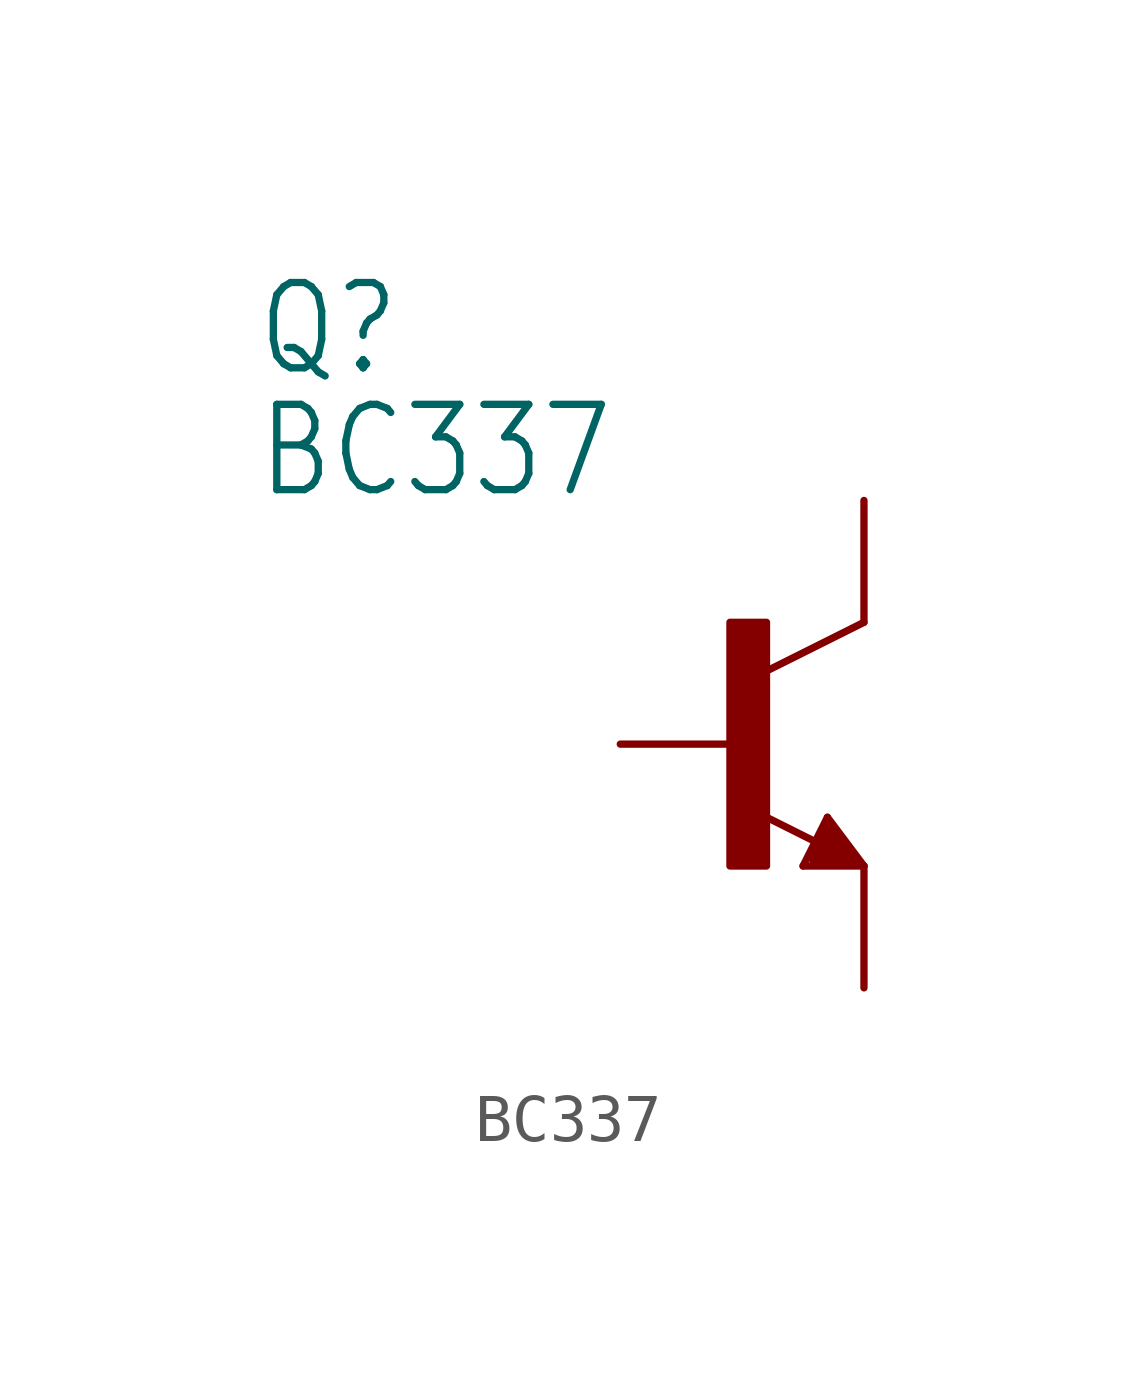
<source format=kicad_sym>
(kicad_symbol_lib
  (version 20211014)
  (generator kicad_symbol_editor)
  (symbol "BC337"
    (property "Reference" "Q"
      (at -10.16 7.62 0)
      (effects (font (size 1.778 1.511)) (justify left bottom)))
    (property "Value" "BC337"
      (at -10.16 5.08 0)
      (effects (font (size 1.778 1.511)) (justify left bottom)))
    (property "ki_locked" ""
      (at 0 0 0)
      (effects (font (size 1.27 1.27))))
    (symbol "BC337_1_0"
      (rectangle (start -0.254 -2.54) (end 0.508 2.54) (stroke (width 0) (type default) (color 0 0 0 0)) (fill (type outline)))
      (polyline (pts (xy 1.27 -2.54) (xy 1.778 -1.524)) (stroke (width 0.152) (type default) (color 0 0 0 0)) (fill (type none)))
      (polyline (pts (xy 1.524 -2.413) (xy 2.286 -2.413)) (stroke (width 0.254) (type default) (color 0 0 0 0)) (fill (type none)))
      (polyline (pts (xy 1.524 -2.286) (xy 1.905 -2.286)) (stroke (width 0.254) (type default) (color 0 0 0 0)) (fill (type none)))
      (polyline (pts (xy 1.54 -2.04) (xy 0.308 -1.424)) (stroke (width 0.152) (type default) (color 0 0 0 0)) (fill (type none)))
      (polyline (pts (xy 1.778 -1.778) (xy 1.524 -2.286)) (stroke (width 0.254) (type default) (color 0 0 0 0)) (fill (type none)))
      (polyline (pts (xy 1.778 -1.524) (xy 2.54 -2.54)) (stroke (width 0.152) (type default) (color 0 0 0 0)) (fill (type none)))
      (polyline (pts (xy 1.905 -2.286) (xy 1.778 -2.032)) (stroke (width 0.254) (type default) (color 0 0 0 0)) (fill (type none)))
      (polyline (pts (xy 2.286 -2.413) (xy 1.778 -1.778)) (stroke (width 0.254) (type default) (color 0 0 0 0)) (fill (type none)))
      (polyline (pts (xy 2.54 -2.54) (xy 1.27 -2.54)) (stroke (width 0.152) (type default) (color 0 0 0 0)) (fill (type none)))
      (polyline (pts (xy 2.54 2.54) (xy 0.508 1.524)) (stroke (width 0.152) (type default) (color 0 0 0 0)) (fill (type none)))
      (pin passive line (at 2.54 -5.08 90) (length 2.54) (name "E" (effects (font (size 0 0)))) (number "1" (effects (font (size 0 0)))))
      (pin passive line (at -2.54 0 0) (length 2.54) (name "B" (effects (font (size 0 0)))) (number "2" (effects (font (size 0 0)))))
      (pin passive line (at 2.54 5.08 270) (length 2.54) (name "C" (effects (font (size 0 0)))) (number "3" (effects (font (size 0 0))))))))
</source>
